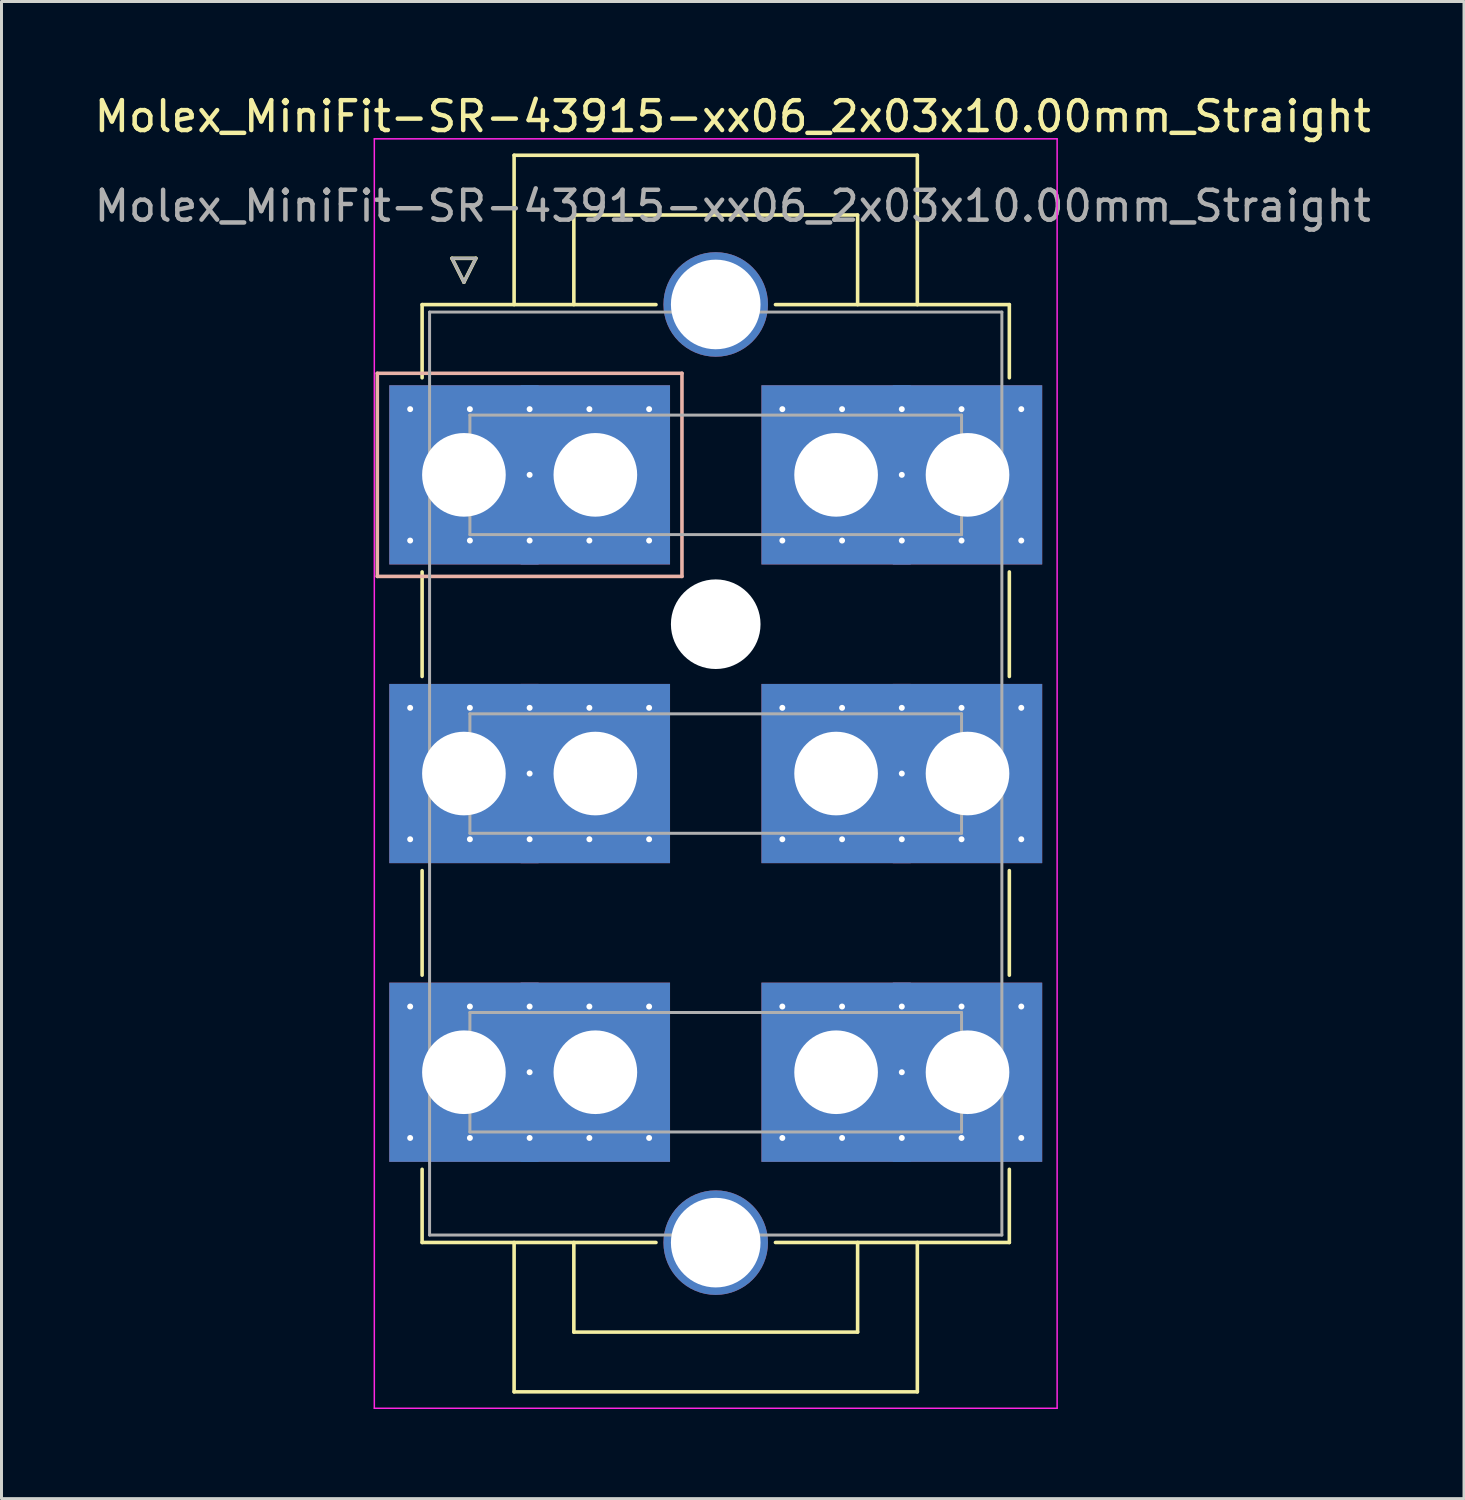
<source format=kicad_pcb>
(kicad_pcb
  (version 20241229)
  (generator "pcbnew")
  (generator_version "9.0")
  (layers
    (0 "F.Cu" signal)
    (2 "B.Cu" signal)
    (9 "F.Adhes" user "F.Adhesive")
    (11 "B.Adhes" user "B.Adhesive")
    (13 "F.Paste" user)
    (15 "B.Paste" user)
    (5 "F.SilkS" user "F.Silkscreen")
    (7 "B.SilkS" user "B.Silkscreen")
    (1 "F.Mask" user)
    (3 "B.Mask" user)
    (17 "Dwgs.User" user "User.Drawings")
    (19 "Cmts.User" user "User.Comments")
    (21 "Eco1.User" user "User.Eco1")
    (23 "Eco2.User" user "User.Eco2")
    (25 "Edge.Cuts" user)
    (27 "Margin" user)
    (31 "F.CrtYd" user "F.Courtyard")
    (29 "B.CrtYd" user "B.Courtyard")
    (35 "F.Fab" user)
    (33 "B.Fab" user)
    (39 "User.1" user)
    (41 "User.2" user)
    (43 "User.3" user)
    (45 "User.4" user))
  (footprint "Molex_MiniFit-SR-43915-xx06_2x03x10.00mm_Straight"
    (layer "F.Cu")
    (at 12.482 12.848)
    (property "Reference" "Molex_MiniFit-SR-43915-xx06_2x03x10.00mm_Straight" (at 9 -12 0) (layer "F.SilkS") (effects (font (size 1 1) (thickness 0.15))))
    (attr through_hole)
    (fp_line (start -1.4 -5.7) (end 6.43 -5.7) (stroke (width 0.12) (type solid)) (layer "F.SilkS"))
    (fp_line (start -1.4 -3.25) (end -1.4 -5.7) (stroke (width 0.12) (type solid)) (layer "F.SilkS"))
    (fp_line (start -1.4 3.25) (end -1.4 6.75) (stroke (width 0.12) (type solid)) (layer "F.SilkS"))
    (fp_line (start -1.4 13.25) (end -1.4 16.75) (stroke (width 0.12) (type solid)) (layer "F.SilkS"))
    (fp_line (start -1.4 23.25) (end -1.4 25.7) (stroke (width 0.12) (type solid)) (layer "F.SilkS"))
    (fp_line (start -1.4 25.7) (end 6.43 25.7) (stroke (width 0.12) (type solid)) (layer "F.SilkS"))
    (fp_line (start -0.4 -7.25) (end 0 -6.45) (stroke (width 0.12) (type solid)) (layer "F.SilkS"))
    (fp_line (start 0 -6.45) (end 0.4 -7.25) (stroke (width 0.12) (type solid)) (layer "F.SilkS"))
    (fp_line (start 0.4 -7.25) (end -0.4 -7.25) (stroke (width 0.12) (type solid)) (layer "F.SilkS"))
    (fp_line (start 1.68 -10.7) (end 1.68 -5.7) (stroke (width 0.12) (type solid)) (layer "F.SilkS"))
    (fp_line (start 1.68 30.7) (end 1.68 25.7) (stroke (width 0.12) (type solid)) (layer "F.SilkS"))
    (fp_line (start 3.68 -8.7) (end 3.68 -5.7) (stroke (width 0.12) (type solid)) (layer "F.SilkS"))
    (fp_line (start 3.68 28.7) (end 3.68 25.7) (stroke (width 0.12) (type solid)) (layer "F.SilkS"))
    (fp_line (start 13.18 -8.7) (end 3.68 -8.7) (stroke (width 0.12) (type solid)) (layer "F.SilkS"))
    (fp_line (start 13.18 -5.7) (end 13.18 -8.7) (stroke (width 0.12) (type solid)) (layer "F.SilkS"))
    (fp_line (start 13.18 25.7) (end 13.18 28.7) (stroke (width 0.12) (type solid)) (layer "F.SilkS"))
    (fp_line (start 13.18 28.7) (end 3.68 28.7) (stroke (width 0.12) (type solid)) (layer "F.SilkS"))
    (fp_line (start 15.18 -10.7) (end 1.68 -10.7) (stroke (width 0.12) (type solid)) (layer "F.SilkS"))
    (fp_line (start 15.18 -5.7) (end 15.18 -10.7) (stroke (width 0.12) (type solid)) (layer "F.SilkS"))
    (fp_line (start 15.18 25.7) (end 15.18 30.7) (stroke (width 0.12) (type solid)) (layer "F.SilkS"))
    (fp_line (start 15.18 30.7) (end 1.68 30.7) (stroke (width 0.12) (type solid)) (layer "F.SilkS"))
    (fp_line (start 18.26 -5.7) (end 10.43 -5.7) (stroke (width 0.12) (type solid)) (layer "F.SilkS"))
    (fp_line (start 18.26 -3.25) (end 18.26 -5.7) (stroke (width 0.12) (type solid)) (layer "F.SilkS"))
    (fp_line (start 18.26 3.25) (end 18.26 6.75) (stroke (width 0.12) (type solid)) (layer "F.SilkS"))
    (fp_line (start 18.26 13.25) (end 18.26 16.75) (stroke (width 0.12) (type solid)) (layer "F.SilkS"))
    (fp_line (start 18.26 23.25) (end 18.26 25.7) (stroke (width 0.12) (type solid)) (layer "F.SilkS"))
    (fp_line (start 18.26 25.7) (end 10.43 25.7) (stroke (width 0.12) (type solid)) (layer "F.SilkS"))
    (fp_line (start -2.9 -3.4) (end -2.9 3.4) (stroke (width 0.12) (type solid)) (layer "B.SilkS"))
    (fp_line (start -2.9 3.4) (end 7.3 3.4) (stroke (width 0.12) (type solid)) (layer "B.SilkS"))
    (fp_line (start 7.3 -3.4) (end -2.9 -3.4) (stroke (width 0.12) (type solid)) (layer "B.SilkS"))
    (fp_line (start 7.3 3.4) (end 7.3 -3.4) (stroke (width 0.12) (type solid)) (layer "B.SilkS"))
    (fp_line (start -3 -11.25) (end -3 31.25) (stroke (width 0.05) (type solid)) (layer "F.CrtYd"))
    (fp_line (start -3 31.25) (end 19.86 31.25) (stroke (width 0.05) (type solid)) (layer "F.CrtYd"))
    (fp_line (start 19.86 -11.25) (end -3 -11.25) (stroke (width 0.05) (type solid)) (layer "F.CrtYd"))
    (fp_line (start 19.86 31.25) (end 19.86 -11.25) (stroke (width 0.05) (type solid)) (layer "F.CrtYd"))
    (fp_line (start -1.15 -5.45) (end -1.15 25.45) (stroke (width 0.1) (type solid)) (layer "F.Fab"))
    (fp_line (start -1.15 25.45) (end 18.01 25.45) (stroke (width 0.1) (type solid)) (layer "F.Fab"))
    (fp_line (start -0.4 -7.25) (end 0 -6.45) (stroke (width 0.1) (type solid)) (layer "F.Fab"))
    (fp_line (start 0 -6.45) (end 0.4 -7.25) (stroke (width 0.1) (type solid)) (layer "F.Fab"))
    (fp_line (start 0.2 -2) (end 0.2 2) (stroke (width 0.1) (type solid)) (layer "F.Fab"))
    (fp_line (start 0.2 2) (end 16.66 2) (stroke (width 0.1) (type solid)) (layer "F.Fab"))
    (fp_line (start 0.2 8) (end 0.2 12) (stroke (width 0.1) (type solid)) (layer "F.Fab"))
    (fp_line (start 0.2 12) (end 16.66 12) (stroke (width 0.1) (type solid)) (layer "F.Fab"))
    (fp_line (start 0.2 18) (end 0.2 22) (stroke (width 0.1) (type solid)) (layer "F.Fab"))
    (fp_line (start 0.2 22) (end 16.66 22) (stroke (width 0.1) (type solid)) (layer "F.Fab"))
    (fp_line (start 0.4 -7.25) (end -0.4 -7.25) (stroke (width 0.1) (type solid)) (layer "F.Fab"))
    (fp_line (start 16.66 -2) (end 0.2 -2) (stroke (width 0.1) (type solid)) (layer "F.Fab"))
    (fp_line (start 16.66 2) (end 16.66 -2) (stroke (width 0.1) (type solid)) (layer "F.Fab"))
    (fp_line (start 16.66 8) (end 0.2 8) (stroke (width 0.1) (type solid)) (layer "F.Fab"))
    (fp_line (start 16.66 12) (end 16.66 8) (stroke (width 0.1) (type solid)) (layer "F.Fab"))
    (fp_line (start 16.66 18) (end 0.2 18) (stroke (width 0.1) (type solid)) (layer "F.Fab"))
    (fp_line (start 16.66 22) (end 16.66 18) (stroke (width 0.1) (type solid)) (layer "F.Fab"))
    (fp_line (start 18.01 -5.45) (end -1.15 -5.45) (stroke (width 0.1) (type solid)) (layer "F.Fab"))
    (fp_line (start 18.01 25.45) (end 18.01 -5.45) (stroke (width 0.1) (type solid)) (layer "F.Fab"))
    (fp_text user "${REFERENCE}" (at 9 -9 0) (layer "F.Fab") (effects (font (size 1 1) (thickness 0.15))))
    (pad "" thru_hole circle (at 2.2 0 270) (size 0.5 0.5) (drill 0.2) (layers "*.Cu" "*.Mask"))
    (pad "" thru_hole circle (at 2.2 10 270) (size 0.5 0.5) (drill 0.2) (layers "*.Cu" "*.Mask"))
    (pad "" thru_hole circle (at 2.2 20 270) (size 0.5 0.5) (drill 0.2) (layers "*.Cu" "*.Mask"))
    (pad "" thru_hole circle (at 8.43 -5.705 270) (size 3.5 3.5) (drill 3) (layers "*.Cu" "*.Mask"))
    (pad "" np_thru_hole circle (at 8.43 5 270) (size 3 3) (drill 3) (layers "*.Cu" "*.Mask"))
    (pad "" thru_hole circle (at 8.43 25.705 270) (size 3.5 3.5) (drill 3) (layers "*.Cu" "*.Mask"))
    (pad "" thru_hole circle (at 14.66 0 270) (size 0.5 0.5) (drill 0.2) (layers "*.Cu" "*.Mask"))
    (pad "" thru_hole circle (at 14.66 10 270) (size 0.5 0.5) (drill 0.2) (layers "*.Cu" "*.Mask"))
    (pad "" thru_hole circle (at 14.66 20 270) (size 0.5 0.5) (drill 0.2) (layers "*.Cu" "*.Mask"))
    (pad "1" thru_hole rect (at -1.8 -2.2 270) (size 0.5 0.5) (drill 0.2) (layers "*.Cu" "*.Mask"))
    (pad "1" thru_hole rect (at -1.8 2.2 270) (size 0.5 0.5) (drill 0.2) (layers "*.Cu" "*.Mask"))
    (pad "1" thru_hole rect (at 0 0 270) (size 6 5) (drill 2.8) (layers "*.Cu" "*.Mask"))
    (pad "1" thru_hole rect (at 0.2 -2.2 270) (size 0.5 0.5) (drill 0.2) (layers "*.Cu" "*.Mask"))
    (pad "1" thru_hole rect (at 0.2 2.2 270) (size 0.5 0.5) (drill 0.2) (layers "*.Cu" "*.Mask"))
    (pad "1" thru_hole rect (at 2.2 -2.2 270) (size 0.5 0.5) (drill 0.2) (layers "*.Cu" "*.Mask"))
    (pad "1" thru_hole rect (at 2.2 2.2 270) (size 0.5 0.5) (drill 0.2) (layers "*.Cu" "*.Mask"))
    (pad "1" thru_hole rect (at 4.2 -2.2 270) (size 0.5 0.5) (drill 0.2) (layers "*.Cu" "*.Mask"))
    (pad "1" thru_hole rect (at 4.2 2.2 270) (size 0.5 0.5) (drill 0.2) (layers "*.Cu" "*.Mask"))
    (pad "1" thru_hole rect (at 4.4 0 270) (size 6 5) (drill 2.8) (layers "*.Cu" "*.Mask"))
    (pad "1" thru_hole rect (at 6.2 -2.2 270) (size 0.5 0.5) (drill 0.2) (layers "*.Cu" "*.Mask"))
    (pad "1" thru_hole rect (at 6.2 2.2 270) (size 0.5 0.5) (drill 0.2) (layers "*.Cu" "*.Mask"))
    (pad "2" thru_hole circle (at 10.66 -2.2 270) (size 0.5 0.5) (drill 0.2) (layers "*.Cu" "*.Mask"))
    (pad "2" thru_hole circle (at 10.66 2.2 270) (size 0.5 0.5) (drill 0.2) (layers "*.Cu" "*.Mask"))
    (pad "2" thru_hole rect (at 12.46 0 270) (size 6 5) (drill 2.8) (layers "*.Cu" "*.Mask"))
    (pad "2" thru_hole circle (at 12.66 -2.2 270) (size 0.5 0.5) (drill 0.2) (layers "*.Cu" "*.Mask"))
    (pad "2" thru_hole circle (at 12.66 2.2 270) (size 0.5 0.5) (drill 0.2) (layers "*.Cu" "*.Mask"))
    (pad "2" thru_hole circle (at 14.66 -2.2 270) (size 0.5 0.5) (drill 0.2) (layers "*.Cu" "*.Mask"))
    (pad "2" thru_hole circle (at 14.66 2.2 270) (size 0.5 0.5) (drill 0.2) (layers "*.Cu" "*.Mask"))
    (pad "2" thru_hole circle (at 16.66 -2.2 270) (size 0.5 0.5) (drill 0.2) (layers "*.Cu" "*.Mask"))
    (pad "2" thru_hole circle (at 16.66 2.2 270) (size 0.5 0.5) (drill 0.2) (layers "*.Cu" "*.Mask"))
    (pad "2" thru_hole rect (at 16.86 0 270) (size 6 5) (drill 2.8) (layers "*.Cu" "*.Mask"))
    (pad "2" thru_hole circle (at 18.66 -2.2 270) (size 0.5 0.5) (drill 0.2) (layers "*.Cu" "*.Mask"))
    (pad "2" thru_hole circle (at 18.66 2.2 270) (size 0.5 0.5) (drill 0.2) (layers "*.Cu" "*.Mask"))
    (pad "3" thru_hole circle (at -1.8 7.8 270) (size 0.5 0.5) (drill 0.2) (layers "*.Cu" "*.Mask"))
    (pad "3" thru_hole circle (at -1.8 12.2 270) (size 0.5 0.5) (drill 0.2) (layers "*.Cu" "*.Mask"))
    (pad "3" thru_hole rect (at 0 10 270) (size 6 5) (drill 2.8) (layers "*.Cu" "*.Mask"))
    (pad "3" thru_hole circle (at 0.2 7.8 270) (size 0.5 0.5) (drill 0.2) (layers "*.Cu" "*.Mask"))
    (pad "3" thru_hole circle (at 0.2 12.2 270) (size 0.5 0.5) (drill 0.2) (layers "*.Cu" "*.Mask"))
    (pad "3" thru_hole circle (at 2.2 7.8 270) (size 0.5 0.5) (drill 0.2) (layers "*.Cu" "*.Mask"))
    (pad "3" thru_hole circle (at 2.2 12.2 270) (size 0.5 0.5) (drill 0.2) (layers "*.Cu" "*.Mask"))
    (pad "3" thru_hole circle (at 4.2 7.8 270) (size 0.5 0.5) (drill 0.2) (layers "*.Cu" "*.Mask"))
    (pad "3" thru_hole circle (at 4.2 12.2 270) (size 0.5 0.5) (drill 0.2) (layers "*.Cu" "*.Mask"))
    (pad "3" thru_hole rect (at 4.4 10 270) (size 6 5) (drill 2.8) (layers "*.Cu" "*.Mask"))
    (pad "3" thru_hole circle (at 6.2 7.8 270) (size 0.5 0.5) (drill 0.2) (layers "*.Cu" "*.Mask"))
    (pad "3" thru_hole circle (at 6.2 12.2 270) (size 0.5 0.5) (drill 0.2) (layers "*.Cu" "*.Mask"))
    (pad "4" thru_hole circle (at 10.66 7.8 270) (size 0.5 0.5) (drill 0.2) (layers "*.Cu" "*.Mask"))
    (pad "4" thru_hole circle (at 10.66 12.2 270) (size 0.5 0.5) (drill 0.2) (layers "*.Cu" "*.Mask"))
    (pad "4" thru_hole rect (at 12.46 10 270) (size 6 5) (drill 2.8) (layers "*.Cu" "*.Mask"))
    (pad "4" thru_hole circle (at 12.66 7.8 270) (size 0.5 0.5) (drill 0.2) (layers "*.Cu" "*.Mask"))
    (pad "4" thru_hole circle (at 12.66 12.2 270) (size 0.5 0.5) (drill 0.2) (layers "*.Cu" "*.Mask"))
    (pad "4" thru_hole circle (at 14.66 7.8 270) (size 0.5 0.5) (drill 0.2) (layers "*.Cu" "*.Mask"))
    (pad "4" thru_hole circle (at 14.66 12.2 270) (size 0.5 0.5) (drill 0.2) (layers "*.Cu" "*.Mask"))
    (pad "4" thru_hole circle (at 16.66 7.8 270) (size 0.5 0.5) (drill 0.2) (layers "*.Cu" "*.Mask"))
    (pad "4" thru_hole circle (at 16.66 12.2 270) (size 0.5 0.5) (drill 0.2) (layers "*.Cu" "*.Mask"))
    (pad "4" thru_hole rect (at 16.86 10 270) (size 6 5) (drill 2.8) (layers "*.Cu" "*.Mask"))
    (pad "4" thru_hole circle (at 18.66 7.8 270) (size 0.5 0.5) (drill 0.2) (layers "*.Cu" "*.Mask"))
    (pad "4" thru_hole circle (at 18.66 12.2 270) (size 0.5 0.5) (drill 0.2) (layers "*.Cu" "*.Mask"))
    (pad "5" thru_hole circle (at -1.8 17.8 270) (size 0.5 0.5) (drill 0.2) (layers "*.Cu" "*.Mask"))
    (pad "5" thru_hole circle (at -1.8 22.2 270) (size 0.5 0.5) (drill 0.2) (layers "*.Cu" "*.Mask"))
    (pad "5" thru_hole rect (at 0 20 270) (size 6 5) (drill 2.8) (layers "*.Cu" "*.Mask"))
    (pad "5" thru_hole circle (at 0.2 17.8 270) (size 0.5 0.5) (drill 0.2) (layers "*.Cu" "*.Mask"))
    (pad "5" thru_hole circle (at 0.2 22.2 270) (size 0.5 0.5) (drill 0.2) (layers "*.Cu" "*.Mask"))
    (pad "5" thru_hole circle (at 2.2 17.8 270) (size 0.5 0.5) (drill 0.2) (layers "*.Cu" "*.Mask"))
    (pad "5" thru_hole circle (at 2.2 22.2 270) (size 0.5 0.5) (drill 0.2) (layers "*.Cu" "*.Mask"))
    (pad "5" thru_hole circle (at 4.2 17.8 270) (size 0.5 0.5) (drill 0.2) (layers "*.Cu" "*.Mask"))
    (pad "5" thru_hole circle (at 4.2 22.2 270) (size 0.5 0.5) (drill 0.2) (layers "*.Cu" "*.Mask"))
    (pad "5" thru_hole rect (at 4.4 20 270) (size 6 5) (drill 2.8) (layers "*.Cu" "*.Mask"))
    (pad "5" thru_hole circle (at 6.2 17.8 270) (size 0.5 0.5) (drill 0.2) (layers "*.Cu" "*.Mask"))
    (pad "5" thru_hole circle (at 6.2 22.2 270) (size 0.5 0.5) (drill 0.2) (layers "*.Cu" "*.Mask"))
    (pad "6" thru_hole circle (at 10.66 17.8 270) (size 0.5 0.5) (drill 0.2) (layers "*.Cu" "*.Mask"))
    (pad "6" thru_hole circle (at 10.66 22.2 270) (size 0.5 0.5) (drill 0.2) (layers "*.Cu" "*.Mask"))
    (pad "6" thru_hole rect (at 12.46 20 270) (size 6 5) (drill 2.8) (layers "*.Cu" "*.Mask"))
    (pad "6" thru_hole circle (at 12.66 17.8 270) (size 0.5 0.5) (drill 0.2) (layers "*.Cu" "*.Mask"))
    (pad "6" thru_hole circle (at 12.66 22.2 270) (size 0.5 0.5) (drill 0.2) (layers "*.Cu" "*.Mask"))
    (pad "6" thru_hole circle (at 14.66 17.8 270) (size 0.5 0.5) (drill 0.2) (layers "*.Cu" "*.Mask"))
    (pad "6" thru_hole circle (at 14.66 22.2 270) (size 0.5 0.5) (drill 0.2) (layers "*.Cu" "*.Mask"))
    (pad "6" thru_hole circle (at 16.66 17.8 270) (size 0.5 0.5) (drill 0.2) (layers "*.Cu" "*.Mask"))
    (pad "6" thru_hole circle (at 16.66 22.2 270) (size 0.5 0.5) (drill 0.2) (layers "*.Cu" "*.Mask"))
    (pad "6" thru_hole rect (at 16.86 20 270) (size 6 5) (drill 2.8) (layers "*.Cu" "*.Mask"))
    (pad "6" thru_hole circle (at 18.66 17.8 270) (size 0.5 0.5) (drill 0.2) (layers "*.Cu" "*.Mask"))
    (pad "6" thru_hole circle (at 18.66 22.2 270) (size 0.5 0.5) (drill 0.2) (layers "*.Cu" "*.Mask")))
  (gr_rect
    (start -3 -3)
    (end 45.964 47.123)
    (stroke (width 0.1) (type default))
    (fill no)
    (layer "Edge.Cuts")))
</source>
